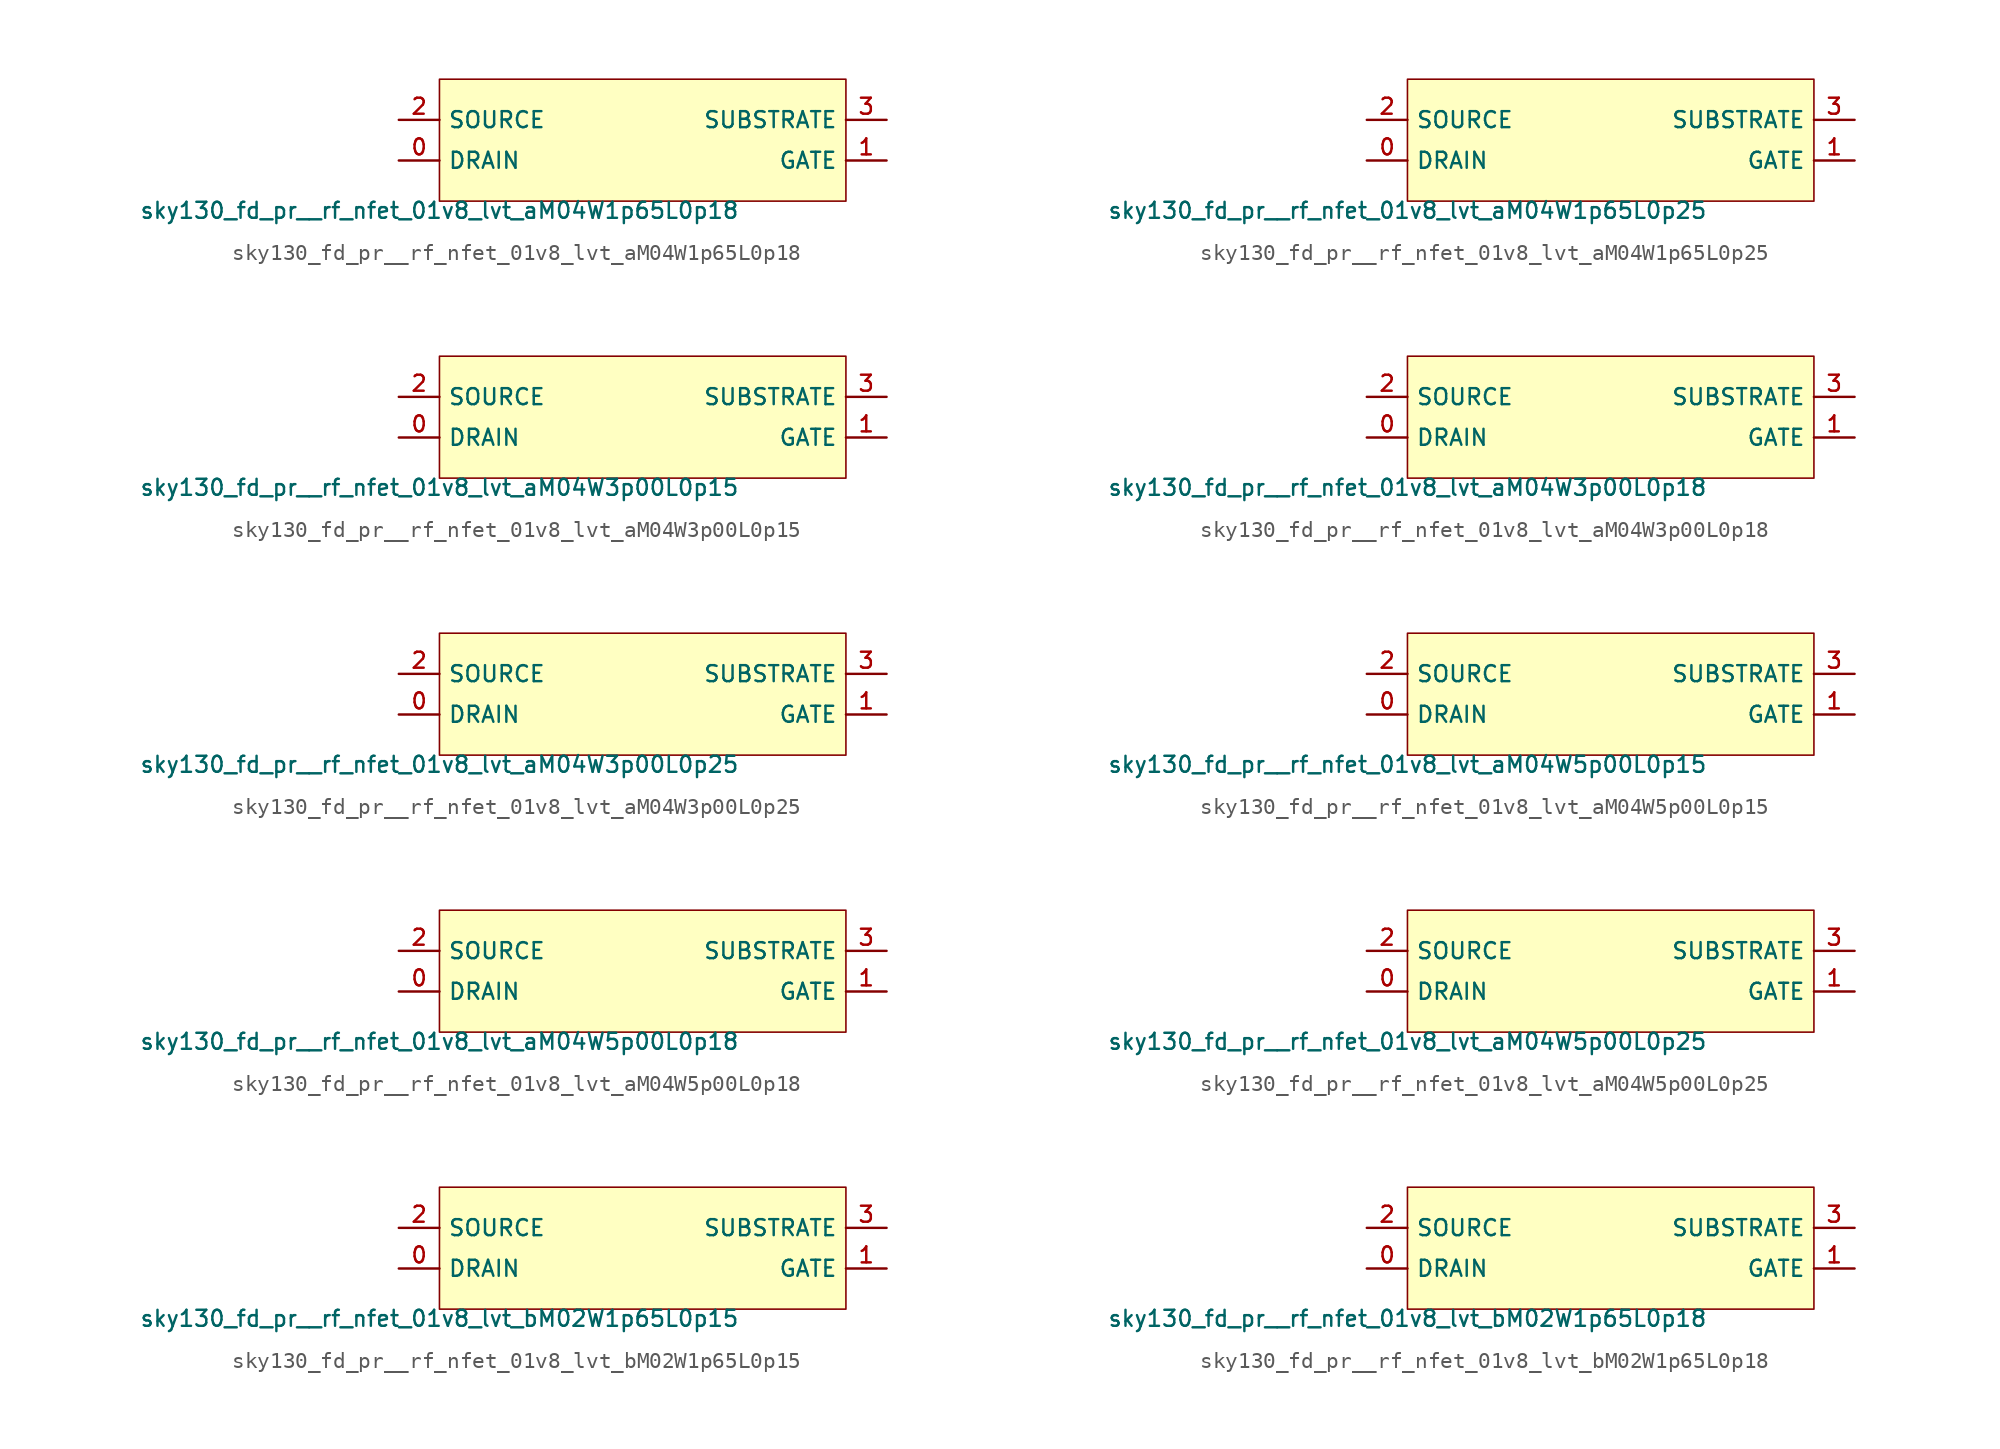
<source format=kicad_sym>
(kicad_symbol_lib
  (version 20211014)
  (generator lef2kicad_sym)
  (symbol "sky130_fd_pr__rf_nfet_01v8_lvt_aM04W1p65L0p18"
    (property "Reference" "X"
      (at 0 0 0)
      (effects (font (size 1 1)) hide))
    (property "Value" "sky130_fd_pr__rf_nfet_01v8_lvt_aM04W1p65L0p18"
      (at -12.7 -3.81 0)
      (effects (font (size 1 1)) (justify top)))
    (rectangle
      (start -12.7 -3.81)
      (end 12.7 3.81)
      (stroke (width 0.1) (type solid) (color 0 0 0 0))
      (fill (type background)))
    (pin bidirectional line
      (at -15.24 -1.27 0)
      (length 2.54)
      (name "DRAIN" (effects (font (size 1 1)) hide))
      (number "0" (effects (font (size 1 1)) hide)))
    (pin bidirectional line
      (at 15.24 -1.27 180)
      (length 2.54)
      (name "GATE" (effects (font (size 1 1)) hide))
      (number "1" (effects (font (size 1 1)) hide)))
    (pin bidirectional line
      (at -15.24 1.27 0)
      (length 2.54)
      (name "SOURCE" (effects (font (size 1 1)) hide))
      (number "2" (effects (font (size 1 1)) hide)))
    (pin bidirectional line
      (at 15.24 1.27 180)
      (length 2.54)
      (name "SUBSTRATE" (effects (font (size 1 1)) hide))
      (number "3" (effects (font (size 1 1)) hide))))
  (symbol "sky130_fd_pr__rf_nfet_01v8_lvt_aM04W1p65L0p25"
    (property "Reference" "X"
      (at 0 0 0)
      (effects (font (size 1 1)) hide))
    (property "Value" "sky130_fd_pr__rf_nfet_01v8_lvt_aM04W1p65L0p25"
      (at -12.7 -3.81 0)
      (effects (font (size 1 1)) (justify top)))
    (rectangle
      (start -12.7 -3.81)
      (end 12.7 3.81)
      (stroke (width 0.1) (type solid) (color 0 0 0 0))
      (fill (type background)))
    (pin bidirectional line
      (at -15.24 -1.27 0)
      (length 2.54)
      (name "DRAIN" (effects (font (size 1 1)) hide))
      (number "0" (effects (font (size 1 1)) hide)))
    (pin bidirectional line
      (at 15.24 -1.27 180)
      (length 2.54)
      (name "GATE" (effects (font (size 1 1)) hide))
      (number "1" (effects (font (size 1 1)) hide)))
    (pin bidirectional line
      (at -15.24 1.27 0)
      (length 2.54)
      (name "SOURCE" (effects (font (size 1 1)) hide))
      (number "2" (effects (font (size 1 1)) hide)))
    (pin bidirectional line
      (at 15.24 1.27 180)
      (length 2.54)
      (name "SUBSTRATE" (effects (font (size 1 1)) hide))
      (number "3" (effects (font (size 1 1)) hide))))
  (symbol "sky130_fd_pr__rf_nfet_01v8_lvt_aM04W3p00L0p15"
    (property "Reference" "X"
      (at 0 0 0)
      (effects (font (size 1 1)) hide))
    (property "Value" "sky130_fd_pr__rf_nfet_01v8_lvt_aM04W3p00L0p15"
      (at -12.7 -3.81 0)
      (effects (font (size 1 1)) (justify top)))
    (rectangle
      (start -12.7 -3.81)
      (end 12.7 3.81)
      (stroke (width 0.1) (type solid) (color 0 0 0 0))
      (fill (type background)))
    (pin bidirectional line
      (at -15.24 -1.27 0)
      (length 2.54)
      (name "DRAIN" (effects (font (size 1 1)) hide))
      (number "0" (effects (font (size 1 1)) hide)))
    (pin bidirectional line
      (at 15.24 -1.27 180)
      (length 2.54)
      (name "GATE" (effects (font (size 1 1)) hide))
      (number "1" (effects (font (size 1 1)) hide)))
    (pin bidirectional line
      (at -15.24 1.27 0)
      (length 2.54)
      (name "SOURCE" (effects (font (size 1 1)) hide))
      (number "2" (effects (font (size 1 1)) hide)))
    (pin bidirectional line
      (at 15.24 1.27 180)
      (length 2.54)
      (name "SUBSTRATE" (effects (font (size 1 1)) hide))
      (number "3" (effects (font (size 1 1)) hide))))
  (symbol "sky130_fd_pr__rf_nfet_01v8_lvt_aM04W3p00L0p18"
    (property "Reference" "X"
      (at 0 0 0)
      (effects (font (size 1 1)) hide))
    (property "Value" "sky130_fd_pr__rf_nfet_01v8_lvt_aM04W3p00L0p18"
      (at -12.7 -3.81 0)
      (effects (font (size 1 1)) (justify top)))
    (rectangle
      (start -12.7 -3.81)
      (end 12.7 3.81)
      (stroke (width 0.1) (type solid) (color 0 0 0 0))
      (fill (type background)))
    (pin bidirectional line
      (at -15.24 -1.27 0)
      (length 2.54)
      (name "DRAIN" (effects (font (size 1 1)) hide))
      (number "0" (effects (font (size 1 1)) hide)))
    (pin bidirectional line
      (at 15.24 -1.27 180)
      (length 2.54)
      (name "GATE" (effects (font (size 1 1)) hide))
      (number "1" (effects (font (size 1 1)) hide)))
    (pin bidirectional line
      (at -15.24 1.27 0)
      (length 2.54)
      (name "SOURCE" (effects (font (size 1 1)) hide))
      (number "2" (effects (font (size 1 1)) hide)))
    (pin bidirectional line
      (at 15.24 1.27 180)
      (length 2.54)
      (name "SUBSTRATE" (effects (font (size 1 1)) hide))
      (number "3" (effects (font (size 1 1)) hide))))
  (symbol "sky130_fd_pr__rf_nfet_01v8_lvt_aM04W3p00L0p25"
    (property "Reference" "X"
      (at 0 0 0)
      (effects (font (size 1 1)) hide))
    (property "Value" "sky130_fd_pr__rf_nfet_01v8_lvt_aM04W3p00L0p25"
      (at -12.7 -3.81 0)
      (effects (font (size 1 1)) (justify top)))
    (rectangle
      (start -12.7 -3.81)
      (end 12.7 3.81)
      (stroke (width 0.1) (type solid) (color 0 0 0 0))
      (fill (type background)))
    (pin bidirectional line
      (at -15.24 -1.27 0)
      (length 2.54)
      (name "DRAIN" (effects (font (size 1 1)) hide))
      (number "0" (effects (font (size 1 1)) hide)))
    (pin bidirectional line
      (at 15.24 -1.27 180)
      (length 2.54)
      (name "GATE" (effects (font (size 1 1)) hide))
      (number "1" (effects (font (size 1 1)) hide)))
    (pin bidirectional line
      (at -15.24 1.27 0)
      (length 2.54)
      (name "SOURCE" (effects (font (size 1 1)) hide))
      (number "2" (effects (font (size 1 1)) hide)))
    (pin bidirectional line
      (at 15.24 1.27 180)
      (length 2.54)
      (name "SUBSTRATE" (effects (font (size 1 1)) hide))
      (number "3" (effects (font (size 1 1)) hide))))
  (symbol "sky130_fd_pr__rf_nfet_01v8_lvt_aM04W5p00L0p15"
    (property "Reference" "X"
      (at 0 0 0)
      (effects (font (size 1 1)) hide))
    (property "Value" "sky130_fd_pr__rf_nfet_01v8_lvt_aM04W5p00L0p15"
      (at -12.7 -3.81 0)
      (effects (font (size 1 1)) (justify top)))
    (rectangle
      (start -12.7 -3.81)
      (end 12.7 3.81)
      (stroke (width 0.1) (type solid) (color 0 0 0 0))
      (fill (type background)))
    (pin bidirectional line
      (at -15.24 -1.27 0)
      (length 2.54)
      (name "DRAIN" (effects (font (size 1 1)) hide))
      (number "0" (effects (font (size 1 1)) hide)))
    (pin bidirectional line
      (at 15.24 -1.27 180)
      (length 2.54)
      (name "GATE" (effects (font (size 1 1)) hide))
      (number "1" (effects (font (size 1 1)) hide)))
    (pin bidirectional line
      (at -15.24 1.27 0)
      (length 2.54)
      (name "SOURCE" (effects (font (size 1 1)) hide))
      (number "2" (effects (font (size 1 1)) hide)))
    (pin bidirectional line
      (at 15.24 1.27 180)
      (length 2.54)
      (name "SUBSTRATE" (effects (font (size 1 1)) hide))
      (number "3" (effects (font (size 1 1)) hide))))
  (symbol "sky130_fd_pr__rf_nfet_01v8_lvt_aM04W5p00L0p18"
    (property "Reference" "X"
      (at 0 0 0)
      (effects (font (size 1 1)) hide))
    (property "Value" "sky130_fd_pr__rf_nfet_01v8_lvt_aM04W5p00L0p18"
      (at -12.7 -3.81 0)
      (effects (font (size 1 1)) (justify top)))
    (rectangle
      (start -12.7 -3.81)
      (end 12.7 3.81)
      (stroke (width 0.1) (type solid) (color 0 0 0 0))
      (fill (type background)))
    (pin bidirectional line
      (at -15.24 -1.27 0)
      (length 2.54)
      (name "DRAIN" (effects (font (size 1 1)) hide))
      (number "0" (effects (font (size 1 1)) hide)))
    (pin bidirectional line
      (at 15.24 -1.27 180)
      (length 2.54)
      (name "GATE" (effects (font (size 1 1)) hide))
      (number "1" (effects (font (size 1 1)) hide)))
    (pin bidirectional line
      (at -15.24 1.27 0)
      (length 2.54)
      (name "SOURCE" (effects (font (size 1 1)) hide))
      (number "2" (effects (font (size 1 1)) hide)))
    (pin bidirectional line
      (at 15.24 1.27 180)
      (length 2.54)
      (name "SUBSTRATE" (effects (font (size 1 1)) hide))
      (number "3" (effects (font (size 1 1)) hide))))
  (symbol "sky130_fd_pr__rf_nfet_01v8_lvt_aM04W5p00L0p25"
    (property "Reference" "X"
      (at 0 0 0)
      (effects (font (size 1 1)) hide))
    (property "Value" "sky130_fd_pr__rf_nfet_01v8_lvt_aM04W5p00L0p25"
      (at -12.7 -3.81 0)
      (effects (font (size 1 1)) (justify top)))
    (rectangle
      (start -12.7 -3.81)
      (end 12.7 3.81)
      (stroke (width 0.1) (type solid) (color 0 0 0 0))
      (fill (type background)))
    (pin bidirectional line
      (at -15.24 -1.27 0)
      (length 2.54)
      (name "DRAIN" (effects (font (size 1 1)) hide))
      (number "0" (effects (font (size 1 1)) hide)))
    (pin bidirectional line
      (at 15.24 -1.27 180)
      (length 2.54)
      (name "GATE" (effects (font (size 1 1)) hide))
      (number "1" (effects (font (size 1 1)) hide)))
    (pin bidirectional line
      (at -15.24 1.27 0)
      (length 2.54)
      (name "SOURCE" (effects (font (size 1 1)) hide))
      (number "2" (effects (font (size 1 1)) hide)))
    (pin bidirectional line
      (at 15.24 1.27 180)
      (length 2.54)
      (name "SUBSTRATE" (effects (font (size 1 1)) hide))
      (number "3" (effects (font (size 1 1)) hide))))
  (symbol "sky130_fd_pr__rf_nfet_01v8_lvt_bM02W1p65L0p15"
    (property "Reference" "X"
      (at 0 0 0)
      (effects (font (size 1 1)) hide))
    (property "Value" "sky130_fd_pr__rf_nfet_01v8_lvt_bM02W1p65L0p15"
      (at -12.7 -3.81 0)
      (effects (font (size 1 1)) (justify top)))
    (rectangle
      (start -12.7 -3.81)
      (end 12.7 3.81)
      (stroke (width 0.1) (type solid) (color 0 0 0 0))
      (fill (type background)))
    (pin bidirectional line
      (at -15.24 -1.27 0)
      (length 2.54)
      (name "DRAIN" (effects (font (size 1 1)) hide))
      (number "0" (effects (font (size 1 1)) hide)))
    (pin bidirectional line
      (at 15.24 -1.27 180)
      (length 2.54)
      (name "GATE" (effects (font (size 1 1)) hide))
      (number "1" (effects (font (size 1 1)) hide)))
    (pin bidirectional line
      (at -15.24 1.27 0)
      (length 2.54)
      (name "SOURCE" (effects (font (size 1 1)) hide))
      (number "2" (effects (font (size 1 1)) hide)))
    (pin bidirectional line
      (at 15.24 1.27 180)
      (length 2.54)
      (name "SUBSTRATE" (effects (font (size 1 1)) hide))
      (number "3" (effects (font (size 1 1)) hide))))
  (symbol "sky130_fd_pr__rf_nfet_01v8_lvt_bM02W1p65L0p18"
    (property "Reference" "X"
      (at 0 0 0)
      (effects (font (size 1 1)) hide))
    (property "Value" "sky130_fd_pr__rf_nfet_01v8_lvt_bM02W1p65L0p18"
      (at -12.7 -3.81 0)
      (effects (font (size 1 1)) (justify top)))
    (rectangle
      (start -12.7 -3.81)
      (end 12.7 3.81)
      (stroke (width 0.1) (type solid) (color 0 0 0 0))
      (fill (type background)))
    (pin bidirectional line
      (at -15.24 -1.27 0)
      (length 2.54)
      (name "DRAIN" (effects (font (size 1 1)) hide))
      (number "0" (effects (font (size 1 1)) hide)))
    (pin bidirectional line
      (at 15.24 -1.27 180)
      (length 2.54)
      (name "GATE" (effects (font (size 1 1)) hide))
      (number "1" (effects (font (size 1 1)) hide)))
    (pin bidirectional line
      (at -15.24 1.27 0)
      (length 2.54)
      (name "SOURCE" (effects (font (size 1 1)) hide))
      (number "2" (effects (font (size 1 1)) hide)))
    (pin bidirectional line
      (at 15.24 1.27 180)
      (length 2.54)
      (name "SUBSTRATE" (effects (font (size 1 1)) hide))
      (number "3" (effects (font (size 1 1)) hide)))))
</source>
